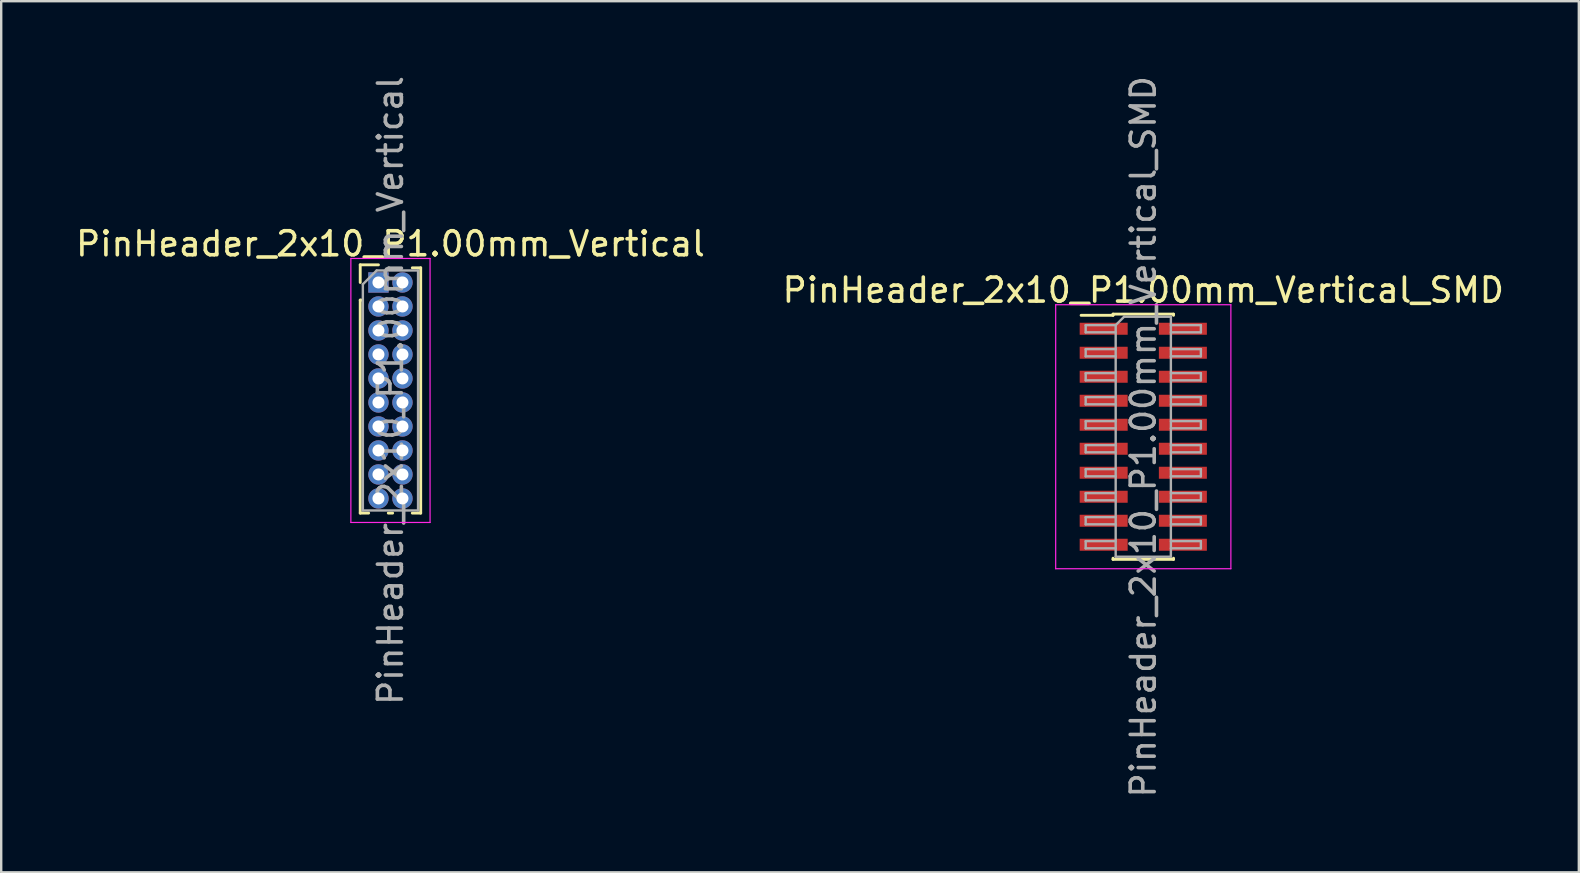
<source format=kicad_pcb>
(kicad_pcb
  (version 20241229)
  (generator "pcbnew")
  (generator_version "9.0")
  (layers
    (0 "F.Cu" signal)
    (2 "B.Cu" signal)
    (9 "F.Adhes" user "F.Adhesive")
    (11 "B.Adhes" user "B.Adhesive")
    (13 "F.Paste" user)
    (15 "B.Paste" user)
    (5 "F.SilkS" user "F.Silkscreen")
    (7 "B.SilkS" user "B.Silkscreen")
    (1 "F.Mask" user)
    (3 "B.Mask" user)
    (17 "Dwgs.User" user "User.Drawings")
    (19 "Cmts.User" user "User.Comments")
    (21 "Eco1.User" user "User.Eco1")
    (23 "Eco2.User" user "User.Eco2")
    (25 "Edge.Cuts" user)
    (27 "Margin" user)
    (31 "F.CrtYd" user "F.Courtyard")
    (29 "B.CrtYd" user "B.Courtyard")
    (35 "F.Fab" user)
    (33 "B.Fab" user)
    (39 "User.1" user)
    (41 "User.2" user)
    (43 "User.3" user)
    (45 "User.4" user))
  (footprint "PinHeader_2x10_P1.00mm_Vertical_SMD"
    (layer "F.Cu")
    (at 44.589 15.149)
    (property "Reference" "PinHeader_2x10_P1.00mm_Vertical_SMD" (at 0 -6.11 0) (layer "F.SilkS") (effects (font (size 1 1) (thickness 0.15))))
    (attr smd)
    (fp_line (start -2.59 -5.06) (end -1.26 -5.06) (stroke (width 0.12) (type solid)) (layer "F.SilkS"))
    (fp_line (start -1.26 -5.11) (end -1.26 -5.06) (stroke (width 0.12) (type solid)) (layer "F.SilkS"))
    (fp_line (start -1.26 -5.11) (end 1.26 -5.11) (stroke (width 0.12) (type solid)) (layer "F.SilkS"))
    (fp_line (start -1.26 5.06) (end -1.26 5.11) (stroke (width 0.12) (type solid)) (layer "F.SilkS"))
    (fp_line (start -1.26 5.11) (end 1.26 5.11) (stroke (width 0.12) (type solid)) (layer "F.SilkS"))
    (fp_line (start 1.26 -5.11) (end 1.26 -5.06) (stroke (width 0.12) (type solid)) (layer "F.SilkS"))
    (fp_line (start 1.26 5.06) (end 1.26 5.11) (stroke (width 0.12) (type solid)) (layer "F.SilkS"))
    (fp_line (start -3.65 -5.5) (end -3.65 5.5) (stroke (width 0.05) (type solid)) (layer "F.CrtYd"))
    (fp_line (start -3.65 5.5) (end 3.65 5.5) (stroke (width 0.05) (type solid)) (layer "F.CrtYd"))
    (fp_line (start 3.65 -5.5) (end -3.65 -5.5) (stroke (width 0.05) (type solid)) (layer "F.CrtYd"))
    (fp_line (start 3.65 5.5) (end 3.65 -5.5) (stroke (width 0.05) (type solid)) (layer "F.CrtYd"))
    (fp_line (start -2.4 -4.65) (end -2.4 -4.35) (stroke (width 0.1) (type solid)) (layer "F.Fab"))
    (fp_line (start -2.4 -4.35) (end -1.15 -4.35) (stroke (width 0.1) (type solid)) (layer "F.Fab"))
    (fp_line (start -2.4 -3.65) (end -2.4 -3.35) (stroke (width 0.1) (type solid)) (layer "F.Fab"))
    (fp_line (start -2.4 -3.35) (end -1.15 -3.35) (stroke (width 0.1) (type solid)) (layer "F.Fab"))
    (fp_line (start -2.4 -2.65) (end -2.4 -2.35) (stroke (width 0.1) (type solid)) (layer "F.Fab"))
    (fp_line (start -2.4 -2.35) (end -1.15 -2.35) (stroke (width 0.1) (type solid)) (layer "F.Fab"))
    (fp_line (start -2.4 -1.65) (end -2.4 -1.35) (stroke (width 0.1) (type solid)) (layer "F.Fab"))
    (fp_line (start -2.4 -1.35) (end -1.15 -1.35) (stroke (width 0.1) (type solid)) (layer "F.Fab"))
    (fp_line (start -2.4 -0.65) (end -2.4 -0.35) (stroke (width 0.1) (type solid)) (layer "F.Fab"))
    (fp_line (start -2.4 -0.35) (end -1.15 -0.35) (stroke (width 0.1) (type solid)) (layer "F.Fab"))
    (fp_line (start -2.4 0.35) (end -2.4 0.65) (stroke (width 0.1) (type solid)) (layer "F.Fab"))
    (fp_line (start -2.4 0.65) (end -1.15 0.65) (stroke (width 0.1) (type solid)) (layer "F.Fab"))
    (fp_line (start -2.4 1.35) (end -2.4 1.65) (stroke (width 0.1) (type solid)) (layer "F.Fab"))
    (fp_line (start -2.4 1.65) (end -1.15 1.65) (stroke (width 0.1) (type solid)) (layer "F.Fab"))
    (fp_line (start -2.4 2.35) (end -2.4 2.65) (stroke (width 0.1) (type solid)) (layer "F.Fab"))
    (fp_line (start -2.4 2.65) (end -1.15 2.65) (stroke (width 0.1) (type solid)) (layer "F.Fab"))
    (fp_line (start -2.4 3.35) (end -2.4 3.65) (stroke (width 0.1) (type solid)) (layer "F.Fab"))
    (fp_line (start -2.4 3.65) (end -1.15 3.65) (stroke (width 0.1) (type solid)) (layer "F.Fab"))
    (fp_line (start -2.4 4.35) (end -2.4 4.65) (stroke (width 0.1) (type solid)) (layer "F.Fab"))
    (fp_line (start -2.4 4.65) (end -1.15 4.65) (stroke (width 0.1) (type solid)) (layer "F.Fab"))
    (fp_line (start -1.15 -4.65) (end -2.4 -4.65) (stroke (width 0.1) (type solid)) (layer "F.Fab"))
    (fp_line (start -1.15 -4.65) (end -0.8 -5) (stroke (width 0.1) (type solid)) (layer "F.Fab"))
    (fp_line (start -1.15 -3.65) (end -2.4 -3.65) (stroke (width 0.1) (type solid)) (layer "F.Fab"))
    (fp_line (start -1.15 -2.65) (end -2.4 -2.65) (stroke (width 0.1) (type solid)) (layer "F.Fab"))
    (fp_line (start -1.15 -1.65) (end -2.4 -1.65) (stroke (width 0.1) (type solid)) (layer "F.Fab"))
    (fp_line (start -1.15 -0.65) (end -2.4 -0.65) (stroke (width 0.1) (type solid)) (layer "F.Fab"))
    (fp_line (start -1.15 0.35) (end -2.4 0.35) (stroke (width 0.1) (type solid)) (layer "F.Fab"))
    (fp_line (start -1.15 1.35) (end -2.4 1.35) (stroke (width 0.1) (type solid)) (layer "F.Fab"))
    (fp_line (start -1.15 2.35) (end -2.4 2.35) (stroke (width 0.1) (type solid)) (layer "F.Fab"))
    (fp_line (start -1.15 3.35) (end -2.4 3.35) (stroke (width 0.1) (type solid)) (layer "F.Fab"))
    (fp_line (start -1.15 4.35) (end -2.4 4.35) (stroke (width 0.1) (type solid)) (layer "F.Fab"))
    (fp_line (start -1.15 5) (end -1.15 -4.65) (stroke (width 0.1) (type solid)) (layer "F.Fab"))
    (fp_line (start -0.8 -5) (end 1.15 -5) (stroke (width 0.1) (type solid)) (layer "F.Fab"))
    (fp_line (start 1.15 -5) (end 1.15 5) (stroke (width 0.1) (type solid)) (layer "F.Fab"))
    (fp_line (start 1.15 -4.65) (end 2.4 -4.65) (stroke (width 0.1) (type solid)) (layer "F.Fab"))
    (fp_line (start 1.15 -3.65) (end 2.4 -3.65) (stroke (width 0.1) (type solid)) (layer "F.Fab"))
    (fp_line (start 1.15 -2.65) (end 2.4 -2.65) (stroke (width 0.1) (type solid)) (layer "F.Fab"))
    (fp_line (start 1.15 -1.65) (end 2.4 -1.65) (stroke (width 0.1) (type solid)) (layer "F.Fab"))
    (fp_line (start 1.15 -0.65) (end 2.4 -0.65) (stroke (width 0.1) (type solid)) (layer "F.Fab"))
    (fp_line (start 1.15 0.35) (end 2.4 0.35) (stroke (width 0.1) (type solid)) (layer "F.Fab"))
    (fp_line (start 1.15 1.35) (end 2.4 1.35) (stroke (width 0.1) (type solid)) (layer "F.Fab"))
    (fp_line (start 1.15 2.35) (end 2.4 2.35) (stroke (width 0.1) (type solid)) (layer "F.Fab"))
    (fp_line (start 1.15 3.35) (end 2.4 3.35) (stroke (width 0.1) (type solid)) (layer "F.Fab"))
    (fp_line (start 1.15 4.35) (end 2.4 4.35) (stroke (width 0.1) (type solid)) (layer "F.Fab"))
    (fp_line (start 1.15 5) (end -1.15 5) (stroke (width 0.1) (type solid)) (layer "F.Fab"))
    (fp_line (start 2.4 -4.65) (end 2.4 -4.35) (stroke (width 0.1) (type solid)) (layer "F.Fab"))
    (fp_line (start 2.4 -4.35) (end 1.15 -4.35) (stroke (width 0.1) (type solid)) (layer "F.Fab"))
    (fp_line (start 2.4 -3.65) (end 2.4 -3.35) (stroke (width 0.1) (type solid)) (layer "F.Fab"))
    (fp_line (start 2.4 -3.35) (end 1.15 -3.35) (stroke (width 0.1) (type solid)) (layer "F.Fab"))
    (fp_line (start 2.4 -2.65) (end 2.4 -2.35) (stroke (width 0.1) (type solid)) (layer "F.Fab"))
    (fp_line (start 2.4 -2.35) (end 1.15 -2.35) (stroke (width 0.1) (type solid)) (layer "F.Fab"))
    (fp_line (start 2.4 -1.65) (end 2.4 -1.35) (stroke (width 0.1) (type solid)) (layer "F.Fab"))
    (fp_line (start 2.4 -1.35) (end 1.15 -1.35) (stroke (width 0.1) (type solid)) (layer "F.Fab"))
    (fp_line (start 2.4 -0.65) (end 2.4 -0.35) (stroke (width 0.1) (type solid)) (layer "F.Fab"))
    (fp_line (start 2.4 -0.35) (end 1.15 -0.35) (stroke (width 0.1) (type solid)) (layer "F.Fab"))
    (fp_line (start 2.4 0.35) (end 2.4 0.65) (stroke (width 0.1) (type solid)) (layer "F.Fab"))
    (fp_line (start 2.4 0.65) (end 1.15 0.65) (stroke (width 0.1) (type solid)) (layer "F.Fab"))
    (fp_line (start 2.4 1.35) (end 2.4 1.65) (stroke (width 0.1) (type solid)) (layer "F.Fab"))
    (fp_line (start 2.4 1.65) (end 1.15 1.65) (stroke (width 0.1) (type solid)) (layer "F.Fab"))
    (fp_line (start 2.4 2.35) (end 2.4 2.65) (stroke (width 0.1) (type solid)) (layer "F.Fab"))
    (fp_line (start 2.4 2.65) (end 1.15 2.65) (stroke (width 0.1) (type solid)) (layer "F.Fab"))
    (fp_line (start 2.4 3.35) (end 2.4 3.65) (stroke (width 0.1) (type solid)) (layer "F.Fab"))
    (fp_line (start 2.4 3.65) (end 1.15 3.65) (stroke (width 0.1) (type solid)) (layer "F.Fab"))
    (fp_line (start 2.4 4.35) (end 2.4 4.65) (stroke (width 0.1) (type solid)) (layer "F.Fab"))
    (fp_line (start 2.4 4.65) (end 1.15 4.65) (stroke (width 0.1) (type solid)) (layer "F.Fab"))
    (fp_text user "${REFERENCE}" (at 0 0 90) (layer "F.Fab") (effects (font (size 1 1) (thickness 0.15))))
    (pad "1" smd rect (at -1.65 -4.5) (size 2 0.5) (layers "F.Cu" "F.Mask" "F.Paste"))
    (pad "2" smd rect (at 1.65 -4.5) (size 2 0.5) (layers "F.Cu" "F.Mask" "F.Paste"))
    (pad "3" smd rect (at -1.65 -3.5) (size 2 0.5) (layers "F.Cu" "F.Mask" "F.Paste"))
    (pad "4" smd rect (at 1.65 -3.5) (size 2 0.5) (layers "F.Cu" "F.Mask" "F.Paste"))
    (pad "5" smd rect (at -1.65 -2.5) (size 2 0.5) (layers "F.Cu" "F.Mask" "F.Paste"))
    (pad "6" smd rect (at 1.65 -2.5) (size 2 0.5) (layers "F.Cu" "F.Mask" "F.Paste"))
    (pad "7" smd rect (at -1.65 -1.5) (size 2 0.5) (layers "F.Cu" "F.Mask" "F.Paste"))
    (pad "8" smd rect (at 1.65 -1.5) (size 2 0.5) (layers "F.Cu" "F.Mask" "F.Paste"))
    (pad "9" smd rect (at -1.65 -0.5) (size 2 0.5) (layers "F.Cu" "F.Mask" "F.Paste"))
    (pad "10" smd rect (at 1.65 -0.5) (size 2 0.5) (layers "F.Cu" "F.Mask" "F.Paste"))
    (pad "11" smd rect (at -1.65 0.5) (size 2 0.5) (layers "F.Cu" "F.Mask" "F.Paste"))
    (pad "12" smd rect (at 1.65 0.5) (size 2 0.5) (layers "F.Cu" "F.Mask" "F.Paste"))
    (pad "13" smd rect (at -1.65 1.5) (size 2 0.5) (layers "F.Cu" "F.Mask" "F.Paste"))
    (pad "14" smd rect (at 1.65 1.5) (size 2 0.5) (layers "F.Cu" "F.Mask" "F.Paste"))
    (pad "15" smd rect (at -1.65 2.5) (size 2 0.5) (layers "F.Cu" "F.Mask" "F.Paste"))
    (pad "16" smd rect (at 1.65 2.5) (size 2 0.5) (layers "F.Cu" "F.Mask" "F.Paste"))
    (pad "17" smd rect (at -1.65 3.5) (size 2 0.5) (layers "F.Cu" "F.Mask" "F.Paste"))
    (pad "18" smd rect (at 1.65 3.5) (size 2 0.5) (layers "F.Cu" "F.Mask" "F.Paste"))
    (pad "19" smd rect (at -1.65 4.5) (size 2 0.5) (layers "F.Cu" "F.Mask" "F.Paste"))
    (pad "20" smd rect (at 1.65 4.5) (size 2 0.5) (layers "F.Cu" "F.Mask" "F.Paste")))
  (footprint "PinHeader_2x10_P1.00mm_Vertical"
    (layer "F.Cu")
    (at 12.72 8.72)
    (property "Reference" "PinHeader_2x10_P1.00mm_Vertical" (at 0.5 -1.61 0) (layer "F.SilkS") (effects (font (size 1 1) (thickness 0.15))))
    (attr through_hole)
    (fp_line (start -0.76 -0.735) (end 0 -0.735) (stroke (width 0.12) (type solid)) (layer "F.SilkS"))
    (fp_line (start -0.76 0) (end -0.76 -0.735) (stroke (width 0.12) (type solid)) (layer "F.SilkS"))
    (fp_line (start -0.76 0.735) (end -0.76 9.61) (stroke (width 0.12) (type solid)) (layer "F.SilkS"))
    (fp_line (start -0.76 0.735) (end -0.686 0.735) (stroke (width 0.12) (type solid)) (layer "F.SilkS"))
    (fp_line (start -0.76 9.61) (end -0.41 9.61) (stroke (width 0.12) (type solid)) (layer "F.SilkS"))
    (fp_line (start 0.41 9.61) (end 0.59 9.61) (stroke (width 0.12) (type solid)) (layer "F.SilkS"))
    (fp_line (start 1.41 -0.61) (end 1.76 -0.61) (stroke (width 0.12) (type solid)) (layer "F.SilkS"))
    (fp_line (start 1.41 9.61) (end 1.76 9.61) (stroke (width 0.12) (type solid)) (layer "F.SilkS"))
    (fp_line (start 1.76 -0.61) (end 1.76 9.61) (stroke (width 0.12) (type solid)) (layer "F.SilkS"))
    (fp_line (start -1.15 -1) (end -1.15 10) (stroke (width 0.05) (type solid)) (layer "F.CrtYd"))
    (fp_line (start -1.15 10) (end 2.15 10) (stroke (width 0.05) (type solid)) (layer "F.CrtYd"))
    (fp_line (start 2.15 -1) (end -1.15 -1) (stroke (width 0.05) (type solid)) (layer "F.CrtYd"))
    (fp_line (start 2.15 10) (end 2.15 -1) (stroke (width 0.05) (type solid)) (layer "F.CrtYd"))
    (fp_line (start -0.65 0.075) (end -0.075 -0.5) (stroke (width 0.1) (type solid)) (layer "F.Fab"))
    (fp_line (start -0.65 9.5) (end -0.65 0.075) (stroke (width 0.1) (type solid)) (layer "F.Fab"))
    (fp_line (start -0.075 -0.5) (end 1.65 -0.5) (stroke (width 0.1) (type solid)) (layer "F.Fab"))
    (fp_line (start 1.65 -0.5) (end 1.65 9.5) (stroke (width 0.1) (type solid)) (layer "F.Fab"))
    (fp_line (start 1.65 9.5) (end -0.65 9.5) (stroke (width 0.1) (type solid)) (layer "F.Fab"))
    (fp_text user "${REFERENCE}" (at 0.5 4.5 90) (layer "F.Fab") (effects (font (size 1 1) (thickness 0.15))))
    (pad "1" thru_hole rect (at 0 0) (size 0.85 0.85) (drill 0.5) (layers "*.Cu" "*.Mask"))
    (pad "2" thru_hole circle (at 1 0) (size 0.85 0.85) (drill 0.5) (layers "*.Cu" "*.Mask"))
    (pad "3" thru_hole circle (at 0 1) (size 0.85 0.85) (drill 0.5) (layers "*.Cu" "*.Mask"))
    (pad "4" thru_hole circle (at 1 1) (size 0.85 0.85) (drill 0.5) (layers "*.Cu" "*.Mask"))
    (pad "5" thru_hole circle (at 0 2) (size 0.85 0.85) (drill 0.5) (layers "*.Cu" "*.Mask"))
    (pad "6" thru_hole circle (at 1 2) (size 0.85 0.85) (drill 0.5) (layers "*.Cu" "*.Mask"))
    (pad "7" thru_hole circle (at 0 3) (size 0.85 0.85) (drill 0.5) (layers "*.Cu" "*.Mask"))
    (pad "8" thru_hole circle (at 1 3) (size 0.85 0.85) (drill 0.5) (layers "*.Cu" "*.Mask"))
    (pad "9" thru_hole circle (at 0 4) (size 0.85 0.85) (drill 0.5) (layers "*.Cu" "*.Mask"))
    (pad "10" thru_hole circle (at 1 4) (size 0.85 0.85) (drill 0.5) (layers "*.Cu" "*.Mask"))
    (pad "11" thru_hole circle (at 0 5) (size 0.85 0.85) (drill 0.5) (layers "*.Cu" "*.Mask"))
    (pad "12" thru_hole circle (at 1 5) (size 0.85 0.85) (drill 0.5) (layers "*.Cu" "*.Mask"))
    (pad "13" thru_hole circle (at 0 6) (size 0.85 0.85) (drill 0.5) (layers "*.Cu" "*.Mask"))
    (pad "14" thru_hole circle (at 1 6) (size 0.85 0.85) (drill 0.5) (layers "*.Cu" "*.Mask"))
    (pad "15" thru_hole circle (at 0 7) (size 0.85 0.85) (drill 0.5) (layers "*.Cu" "*.Mask"))
    (pad "16" thru_hole circle (at 1 7) (size 0.85 0.85) (drill 0.5) (layers "*.Cu" "*.Mask"))
    (pad "17" thru_hole circle (at 0 8) (size 0.85 0.85) (drill 0.5) (layers "*.Cu" "*.Mask"))
    (pad "18" thru_hole circle (at 1 8) (size 0.85 0.85) (drill 0.5) (layers "*.Cu" "*.Mask"))
    (pad "19" thru_hole circle (at 0 9) (size 0.85 0.85) (drill 0.5) (layers "*.Cu" "*.Mask"))
    (pad "20" thru_hole circle (at 1 9) (size 0.85 0.85) (drill 0.5) (layers "*.Cu" "*.Mask")))
  (gr_rect
    (start -3 -3)
    (end 62.738 33.298)
    (stroke (width 0.1) (type default))
    (fill no)
    (layer "Edge.Cuts")))
</source>
